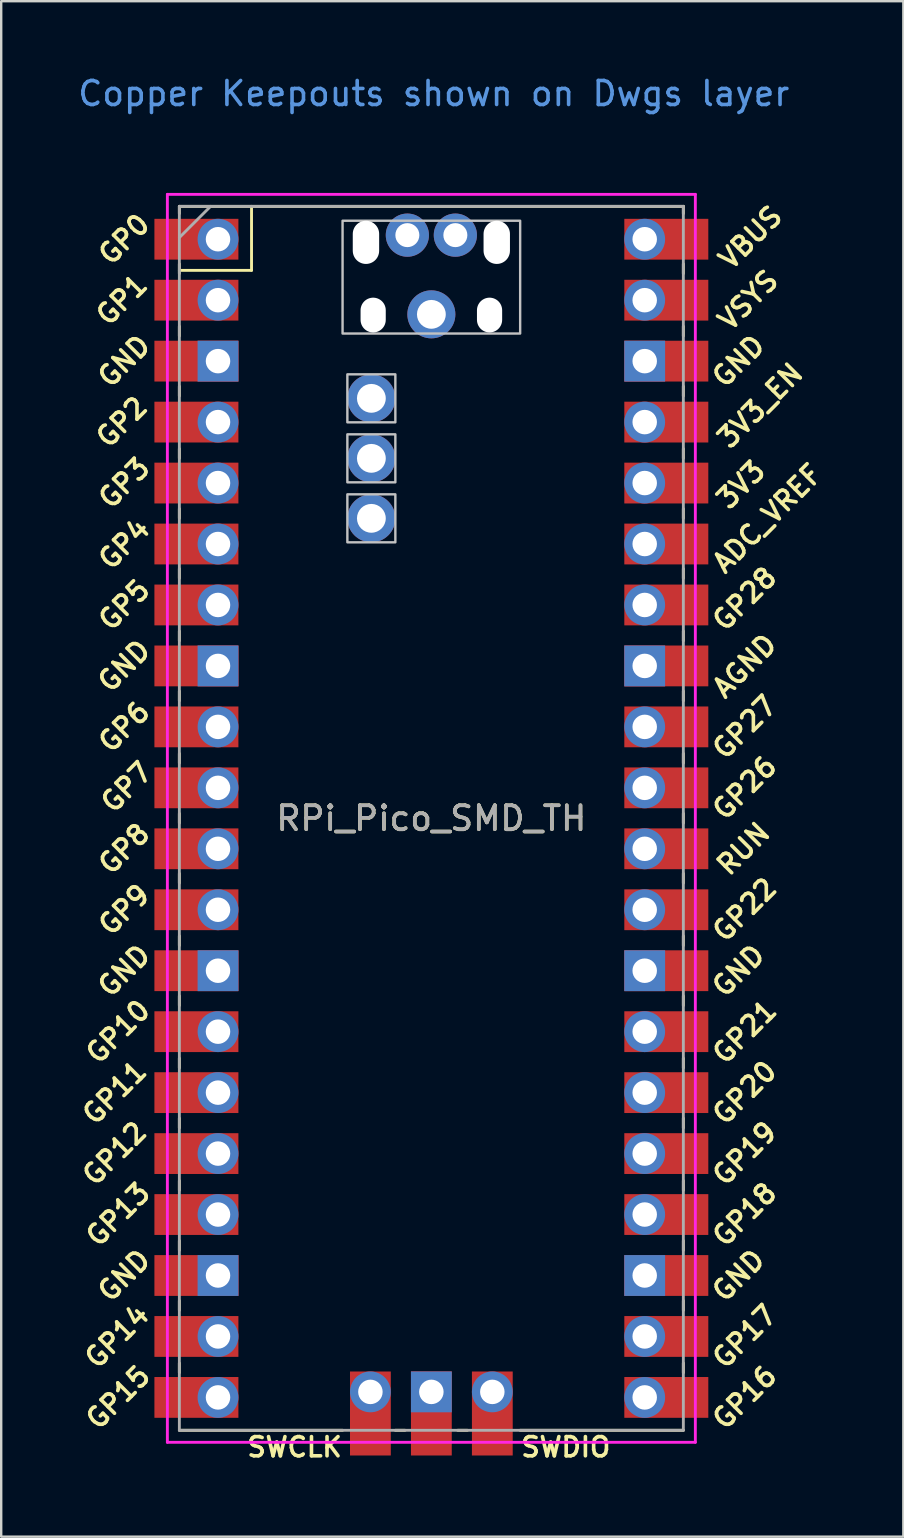
<source format=kicad_pcb>
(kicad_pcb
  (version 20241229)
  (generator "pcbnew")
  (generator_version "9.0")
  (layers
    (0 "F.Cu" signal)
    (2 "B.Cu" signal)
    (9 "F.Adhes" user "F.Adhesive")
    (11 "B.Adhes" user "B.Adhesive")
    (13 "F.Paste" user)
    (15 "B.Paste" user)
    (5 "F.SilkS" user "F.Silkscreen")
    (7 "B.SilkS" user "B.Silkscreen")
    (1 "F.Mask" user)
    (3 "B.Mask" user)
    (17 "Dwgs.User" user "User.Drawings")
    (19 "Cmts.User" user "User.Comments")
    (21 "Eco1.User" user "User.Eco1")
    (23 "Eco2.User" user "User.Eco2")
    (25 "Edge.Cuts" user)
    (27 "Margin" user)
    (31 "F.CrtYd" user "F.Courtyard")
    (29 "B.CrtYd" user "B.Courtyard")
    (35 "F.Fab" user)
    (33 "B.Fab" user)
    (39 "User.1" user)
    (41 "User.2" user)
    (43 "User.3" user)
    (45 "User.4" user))
  (footprint "RPi_Pico_SMD_TH"
    (layer "F.Cu")
    (at 14.924 31.048)
    (property "Reference" "RPi_Pico_SMD_TH" (at 0 0 0) (layer "F.SilkS") (effects (font (size 1 1) (thickness 0.15))))
    (attr through_hole)
    (fp_line (start -10.5 -25.5) (end -10.5 -25.2) (stroke (width 0.12) (type solid)) (layer "F.SilkS"))
    (fp_line (start -10.5 -25.5) (end 10.5 -25.5) (stroke (width 0.12) (type solid)) (layer "F.SilkS"))
    (fp_line (start -10.5 -23.1) (end -10.5 -22.7) (stroke (width 0.12) (type solid)) (layer "F.SilkS"))
    (fp_line (start -10.5 -22.833) (end -7.493 -22.833) (stroke (width 0.12) (type solid)) (layer "F.SilkS"))
    (fp_line (start -10.5 -20.5) (end -10.5 -20.1) (stroke (width 0.12) (type solid)) (layer "F.SilkS"))
    (fp_line (start -10.5 -18) (end -10.5 -17.6) (stroke (width 0.12) (type solid)) (layer "F.SilkS"))
    (fp_line (start -10.5 -15.4) (end -10.5 -15) (stroke (width 0.12) (type solid)) (layer "F.SilkS"))
    (fp_line (start -10.5 -12.9) (end -10.5 -12.5) (stroke (width 0.12) (type solid)) (layer "F.SilkS"))
    (fp_line (start -10.5 -10.4) (end -10.5 -10) (stroke (width 0.12) (type solid)) (layer "F.SilkS"))
    (fp_line (start -10.5 -7.8) (end -10.5 -7.4) (stroke (width 0.12) (type solid)) (layer "F.SilkS"))
    (fp_line (start -10.5 -5.3) (end -10.5 -4.9) (stroke (width 0.12) (type solid)) (layer "F.SilkS"))
    (fp_line (start -10.5 -2.7) (end -10.5 -2.3) (stroke (width 0.12) (type solid)) (layer "F.SilkS"))
    (fp_line (start -10.5 -0.2) (end -10.5 0.2) (stroke (width 0.12) (type solid)) (layer "F.SilkS"))
    (fp_line (start -10.5 2.3) (end -10.5 2.7) (stroke (width 0.12) (type solid)) (layer "F.SilkS"))
    (fp_line (start -10.5 4.9) (end -10.5 5.3) (stroke (width 0.12) (type solid)) (layer "F.SilkS"))
    (fp_line (start -10.5 7.4) (end -10.5 7.8) (stroke (width 0.12) (type solid)) (layer "F.SilkS"))
    (fp_line (start -10.5 10) (end -10.5 10.4) (stroke (width 0.12) (type solid)) (layer "F.SilkS"))
    (fp_line (start -10.5 12.5) (end -10.5 12.9) (stroke (width 0.12) (type solid)) (layer "F.SilkS"))
    (fp_line (start -10.5 15.1) (end -10.5 15.5) (stroke (width 0.12) (type solid)) (layer "F.SilkS"))
    (fp_line (start -10.5 17.6) (end -10.5 18) (stroke (width 0.12) (type solid)) (layer "F.SilkS"))
    (fp_line (start -10.5 20.1) (end -10.5 20.5) (stroke (width 0.12) (type solid)) (layer "F.SilkS"))
    (fp_line (start -10.5 22.7) (end -10.5 23.1) (stroke (width 0.12) (type solid)) (layer "F.SilkS"))
    (fp_line (start -7.493 -22.833) (end -7.493 -25.5) (stroke (width 0.12) (type solid)) (layer "F.SilkS"))
    (fp_line (start -3.7 25.5) (end -10.5 25.5) (stroke (width 0.12) (type solid)) (layer "F.SilkS"))
    (fp_line (start -1.5 25.5) (end -1.1 25.5) (stroke (width 0.12) (type solid)) (layer "F.SilkS"))
    (fp_line (start 1.1 25.5) (end 1.5 25.5) (stroke (width 0.12) (type solid)) (layer "F.SilkS"))
    (fp_line (start 10.5 -25.5) (end 10.5 -25.2) (stroke (width 0.12) (type solid)) (layer "F.SilkS"))
    (fp_line (start 10.5 -23.1) (end 10.5 -22.7) (stroke (width 0.12) (type solid)) (layer "F.SilkS"))
    (fp_line (start 10.5 -20.5) (end 10.5 -20.1) (stroke (width 0.12) (type solid)) (layer "F.SilkS"))
    (fp_line (start 10.5 -18) (end 10.5 -17.6) (stroke (width 0.12) (type solid)) (layer "F.SilkS"))
    (fp_line (start 10.5 -15.4) (end 10.5 -15) (stroke (width 0.12) (type solid)) (layer "F.SilkS"))
    (fp_line (start 10.5 -12.9) (end 10.5 -12.5) (stroke (width 0.12) (type solid)) (layer "F.SilkS"))
    (fp_line (start 10.5 -10.4) (end 10.5 -10) (stroke (width 0.12) (type solid)) (layer "F.SilkS"))
    (fp_line (start 10.5 -7.8) (end 10.5 -7.4) (stroke (width 0.12) (type solid)) (layer "F.SilkS"))
    (fp_line (start 10.5 -5.3) (end 10.5 -4.9) (stroke (width 0.12) (type solid)) (layer "F.SilkS"))
    (fp_line (start 10.5 -2.7) (end 10.5 -2.3) (stroke (width 0.12) (type solid)) (layer "F.SilkS"))
    (fp_line (start 10.5 -0.2) (end 10.5 0.2) (stroke (width 0.12) (type solid)) (layer "F.SilkS"))
    (fp_line (start 10.5 2.3) (end 10.5 2.7) (stroke (width 0.12) (type solid)) (layer "F.SilkS"))
    (fp_line (start 10.5 4.9) (end 10.5 5.3) (stroke (width 0.12) (type solid)) (layer "F.SilkS"))
    (fp_line (start 10.5 7.4) (end 10.5 7.8) (stroke (width 0.12) (type solid)) (layer "F.SilkS"))
    (fp_line (start 10.5 10) (end 10.5 10.4) (stroke (width 0.12) (type solid)) (layer "F.SilkS"))
    (fp_line (start 10.5 12.5) (end 10.5 12.9) (stroke (width 0.12) (type solid)) (layer "F.SilkS"))
    (fp_line (start 10.5 15.1) (end 10.5 15.5) (stroke (width 0.12) (type solid)) (layer "F.SilkS"))
    (fp_line (start 10.5 17.6) (end 10.5 18) (stroke (width 0.12) (type solid)) (layer "F.SilkS"))
    (fp_line (start 10.5 20.1) (end 10.5 20.5) (stroke (width 0.12) (type solid)) (layer "F.SilkS"))
    (fp_line (start 10.5 22.7) (end 10.5 23.1) (stroke (width 0.12) (type solid)) (layer "F.SilkS"))
    (fp_line (start 10.5 25.5) (end 3.7 25.5) (stroke (width 0.12) (type solid)) (layer "F.SilkS"))
    (fp_poly (pts (xy -1.5 -16.5) (xy -3.5 -16.5) (xy -3.5 -18.5) (xy -1.5 -18.5)) (stroke (width 0.1) (type solid)) (fill no) (layer "Dwgs.User"))
    (fp_poly (pts (xy -1.5 -14) (xy -3.5 -14) (xy -3.5 -16) (xy -1.5 -16)) (stroke (width 0.1) (type solid)) (fill no) (layer "Dwgs.User"))
    (fp_poly (pts (xy -1.5 -11.5) (xy -3.5 -11.5) (xy -3.5 -13.5) (xy -1.5 -13.5)) (stroke (width 0.1) (type solid)) (fill no) (layer "Dwgs.User"))
    (fp_poly (pts (xy 3.7 -20.2) (xy -3.7 -20.2) (xy -3.7 -24.9) (xy 3.7 -24.9)) (stroke (width 0.1) (type solid)) (fill no) (layer "Dwgs.User"))
    (fp_line (start -11 -26) (end 11 -26) (stroke (width 0.12) (type solid)) (layer "F.CrtYd"))
    (fp_line (start -11 26) (end -11 -26) (stroke (width 0.12) (type solid)) (layer "F.CrtYd"))
    (fp_line (start 11 -26) (end 11 26) (stroke (width 0.12) (type solid)) (layer "F.CrtYd"))
    (fp_line (start 11 26) (end -11 26) (stroke (width 0.12) (type solid)) (layer "F.CrtYd"))
    (fp_line (start -10.5 -25.5) (end 10.5 -25.5) (stroke (width 0.12) (type solid)) (layer "F.Fab"))
    (fp_line (start -10.5 -24.2) (end -9.2 -25.5) (stroke (width 0.12) (type solid)) (layer "F.Fab"))
    (fp_line (start -10.5 25.5) (end -10.5 -25.5) (stroke (width 0.12) (type solid)) (layer "F.Fab"))
    (fp_line (start 10.5 -25.5) (end 10.5 25.5) (stroke (width 0.12) (type solid)) (layer "F.Fab"))
    (fp_line (start 10.5 25.5) (end -10.5 25.5) (stroke (width 0.12) (type solid)) (layer "F.Fab"))
    (fp_text user "GP8" (at -12.8 1.27 45) (layer "F.SilkS") (effects (font (size 0.8 0.8) (thickness 0.15))))
    (fp_text user "VBUS" (at 13.3 -24.2 45) (layer "F.SilkS") (effects (font (size 0.8 0.8) (thickness 0.15))))
    (fp_text user "GP13" (at -13.054 16.51 45) (layer "F.SilkS") (effects (font (size 0.8 0.8) (thickness 0.15))))
    (fp_text user "GP0" (at -12.8 -24.13 45) (layer "F.SilkS") (effects (font (size 0.8 0.8) (thickness 0.15))))
    (fp_text user "GP7" (at -12.7 -1.3 45) (layer "F.SilkS") (effects (font (size 0.8 0.8) (thickness 0.15))))
    (fp_text user "GP19" (at 13.054 13.97 45) (layer "F.SilkS") (effects (font (size 0.8 0.8) (thickness 0.15))))
    (fp_text user "GP26" (at 13.054 -1.27 45) (layer "F.SilkS") (effects (font (size 0.8 0.8) (thickness 0.15))))
    (fp_text user "GP11" (at -13.2 11.43 45) (layer "F.SilkS") (effects (font (size 0.8 0.8) (thickness 0.15))))
    (fp_text user "GP22" (at 13.054 3.81 45) (layer "F.SilkS") (effects (font (size 0.8 0.8) (thickness 0.15))))
    (fp_text user "GND" (at -12.8 19.05 45) (layer "F.SilkS") (effects (font (size 0.8 0.8) (thickness 0.15))))
    (fp_text user "GP10" (at -13.054 8.89 45) (layer "F.SilkS") (effects (font (size 0.8 0.8) (thickness 0.15))))
    (fp_text user "GP18" (at 13.054 16.51 45) (layer "F.SilkS") (effects (font (size 0.8 0.8) (thickness 0.15))))
    (fp_text user "GND" (at 12.8 6.35 45) (layer "F.SilkS") (effects (font (size 0.8 0.8) (thickness 0.15))))
    (fp_text user "GP28" (at 13.054 -9.144 45) (layer "F.SilkS") (effects (font (size 0.8 0.8) (thickness 0.15))))
    (fp_text user "GP17" (at 13.054 21.59 45) (layer "F.SilkS") (effects (font (size 0.8 0.8) (thickness 0.15))))
    (fp_text user "GP16" (at 13.054 24.13 45) (layer "F.SilkS") (effects (font (size 0.8 0.8) (thickness 0.15))))
    (fp_text user "3V3" (at 12.9 -13.9 45) (layer "F.SilkS") (effects (font (size 0.8 0.8) (thickness 0.15))))
    (fp_text user "GP2" (at -12.9 -16.51 45) (layer "F.SilkS") (effects (font (size 0.8 0.8) (thickness 0.15))))
    (fp_text user "GP3" (at -12.8 -13.97 45) (layer "F.SilkS") (effects (font (size 0.8 0.8) (thickness 0.15))))
    (fp_text user "GP9" (at -12.8 3.81 45) (layer "F.SilkS") (effects (font (size 0.8 0.8) (thickness 0.15))))
    (fp_text user "GP27" (at 13.054 -3.8 45) (layer "F.SilkS") (effects (font (size 0.8 0.8) (thickness 0.15))))
    (fp_text user "GP6" (at -12.8 -3.81 45) (layer "F.SilkS") (effects (font (size 0.8 0.8) (thickness 0.15))))
    (fp_text user "GP21" (at 13.054 8.9 45) (layer "F.SilkS") (effects (font (size 0.8 0.8) (thickness 0.15))))
    (fp_text user "RUN" (at 13 1.27 45) (layer "F.SilkS") (effects (font (size 0.8 0.8) (thickness 0.15))))
    (fp_text user "AGND" (at 13.054 -6.35 45) (layer "F.SilkS") (effects (font (size 0.8 0.8) (thickness 0.15))))
    (fp_text user "GP1" (at -12.9 -21.6 45) (layer "F.SilkS") (effects (font (size 0.8 0.8) (thickness 0.15))))
    (fp_text user "3V3_EN" (at 13.7 -17.2 45) (layer "F.SilkS") (effects (font (size 0.8 0.8) (thickness 0.15))))
    (fp_text user "GP14" (at -13.1 21.59 45) (layer "F.SilkS") (effects (font (size 0.8 0.8) (thickness 0.15))))
    (fp_text user "SWCLK" (at -5.7 26.2 0) (layer "F.SilkS") (effects (font (size 0.8 0.8) (thickness 0.15))))
    (fp_text user "VSYS" (at 13.2 -21.59 45) (layer "F.SilkS") (effects (font (size 0.8 0.8) (thickness 0.15))))
    (fp_text user "ADC_VREF" (at 14 -12.5 45) (layer "F.SilkS") (effects (font (size 0.8 0.8) (thickness 0.15))))
    (fp_text user "GND" (at -12.8 -19.05 45) (layer "F.SilkS") (effects (font (size 0.8 0.8) (thickness 0.15))))
    (fp_text user "GP15" (at -13.054 24.13 45) (layer "F.SilkS") (effects (font (size 0.8 0.8) (thickness 0.15))))
    (fp_text user "GP4" (at -12.8 -11.43 45) (layer "F.SilkS") (effects (font (size 0.8 0.8) (thickness 0.15))))
    (fp_text user "GND" (at -12.8 6.35 45) (layer "F.SilkS") (effects (font (size 0.8 0.8) (thickness 0.15))))
    (fp_text user "GND" (at -12.8 -6.35 45) (layer "F.SilkS") (effects (font (size 0.8 0.8) (thickness 0.15))))
    (fp_text user "GND" (at 12.8 19.05 45) (layer "F.SilkS") (effects (font (size 0.8 0.8) (thickness 0.15))))
    (fp_text user "GP12" (at -13.2 13.97 45) (layer "F.SilkS") (effects (font (size 0.8 0.8) (thickness 0.15))))
    (fp_text user "SWDIO" (at 5.6 26.2 0) (layer "F.SilkS") (effects (font (size 0.8 0.8) (thickness 0.15))))
    (fp_text user "GND" (at 12.8 -19.05 45) (layer "F.SilkS") (effects (font (size 0.8 0.8) (thickness 0.15))))
    (fp_text user "GP5" (at -12.8 -8.89 45) (layer "F.SilkS") (effects (font (size 0.8 0.8) (thickness 0.15))))
    (fp_text user "GP20" (at 13.054 11.43 45) (layer "F.SilkS") (effects (font (size 0.8 0.8) (thickness 0.15))))
    (fp_text user "Copper Keepouts shown on Dwgs layer" (at 0.1 -30.2 0) (layer "Cmts.User") (effects (font (size 1 1) (thickness 0.15))))
    (fp_text user "${REFERENCE}" (at 0 0 180) (layer "F.Fab") (effects (font (size 1 1) (thickness 0.15))))
    (pad "" np_thru_hole oval (at -2.725 -24) (size 1.1 1.8) (drill oval 1.1 1.8) (layers "*.Cu" "*.Mask"))
    (pad "" np_thru_hole oval (at -2.425 -20.97) (size 1.05 1.45) (drill oval 1.05 1.45) (layers "*.Cu" "*.Mask"))
    (pad "" np_thru_hole oval (at 2.425 -20.97) (size 1.05 1.45) (drill oval 1.05 1.45) (layers "*.Cu" "*.Mask"))
    (pad "" np_thru_hole oval (at 2.725 -24) (size 1.1 1.8) (drill oval 1.1 1.8) (layers "*.Cu" "*.Mask"))
    (pad "1" thru_hole oval (at -8.89 -24.13) (size 1.7 1.7) (drill 1.02) (layers "*.Cu" "*.Mask"))
    (pad "1" smd rect (at -8.89 -24.13) (size 3.5 1.7) (drill (offset -0.9 0)) (layers "F.Cu" "F.Mask"))
    (pad "2" thru_hole oval (at -8.89 -21.59) (size 1.7 1.7) (drill 1.02) (layers "*.Cu" "*.Mask"))
    (pad "2" smd rect (at -8.89 -21.59) (size 3.5 1.7) (drill (offset -0.9 0)) (layers "F.Cu" "F.Mask"))
    (pad "3" thru_hole rect (at -8.89 -19.05) (size 1.7 1.7) (drill 1.02) (layers "*.Cu" "*.Mask"))
    (pad "3" smd rect (at -8.89 -19.05) (size 3.5 1.7) (drill (offset -0.9 0)) (layers "F.Cu" "F.Mask"))
    (pad "4" thru_hole oval (at -8.89 -16.51) (size 1.7 1.7) (drill 1.02) (layers "*.Cu" "*.Mask"))
    (pad "4" smd rect (at -8.89 -16.51) (size 3.5 1.7) (drill (offset -0.9 0)) (layers "F.Cu" "F.Mask"))
    (pad "5" thru_hole oval (at -8.89 -13.97) (size 1.7 1.7) (drill 1.02) (layers "*.Cu" "*.Mask"))
    (pad "5" smd rect (at -8.89 -13.97) (size 3.5 1.7) (drill (offset -0.9 0)) (layers "F.Cu" "F.Mask"))
    (pad "6" thru_hole oval (at -8.89 -11.43) (size 1.7 1.7) (drill 1.02) (layers "*.Cu" "*.Mask"))
    (pad "6" smd rect (at -8.89 -11.43) (size 3.5 1.7) (drill (offset -0.9 0)) (layers "F.Cu" "F.Mask"))
    (pad "7" thru_hole oval (at -8.89 -8.89) (size 1.7 1.7) (drill 1.02) (layers "*.Cu" "*.Mask"))
    (pad "7" smd rect (at -8.89 -8.89) (size 3.5 1.7) (drill (offset -0.9 0)) (layers "F.Cu" "F.Mask"))
    (pad "8" thru_hole rect (at -8.89 -6.35) (size 1.7 1.7) (drill 1.02) (layers "*.Cu" "*.Mask"))
    (pad "8" smd rect (at -8.89 -6.35) (size 3.5 1.7) (drill (offset -0.9 0)) (layers "F.Cu" "F.Mask"))
    (pad "9" thru_hole oval (at -8.89 -3.81) (size 1.7 1.7) (drill 1.02) (layers "*.Cu" "*.Mask"))
    (pad "9" smd rect (at -8.89 -3.81) (size 3.5 1.7) (drill (offset -0.9 0)) (layers "F.Cu" "F.Mask"))
    (pad "10" thru_hole oval (at -8.89 -1.27) (size 1.7 1.7) (drill 1.02) (layers "*.Cu" "*.Mask"))
    (pad "10" smd rect (at -8.89 -1.27) (size 3.5 1.7) (drill (offset -0.9 0)) (layers "F.Cu" "F.Mask"))
    (pad "11" thru_hole oval (at -8.89 1.27) (size 1.7 1.7) (drill 1.02) (layers "*.Cu" "*.Mask"))
    (pad "11" smd rect (at -8.89 1.27) (size 3.5 1.7) (drill (offset -0.9 0)) (layers "F.Cu" "F.Mask"))
    (pad "12" thru_hole oval (at -8.89 3.81) (size 1.7 1.7) (drill 1.02) (layers "*.Cu" "*.Mask"))
    (pad "12" smd rect (at -8.89 3.81) (size 3.5 1.7) (drill (offset -0.9 0)) (layers "F.Cu" "F.Mask"))
    (pad "13" thru_hole rect (at -8.89 6.35) (size 1.7 1.7) (drill 1.02) (layers "*.Cu" "*.Mask"))
    (pad "13" smd rect (at -8.89 6.35) (size 3.5 1.7) (drill (offset -0.9 0)) (layers "F.Cu" "F.Mask"))
    (pad "14" thru_hole oval (at -8.89 8.89) (size 1.7 1.7) (drill 1.02) (layers "*.Cu" "*.Mask"))
    (pad "14" smd rect (at -8.89 8.89) (size 3.5 1.7) (drill (offset -0.9 0)) (layers "F.Cu" "F.Mask"))
    (pad "15" thru_hole oval (at -8.89 11.43) (size 1.7 1.7) (drill 1.02) (layers "*.Cu" "*.Mask"))
    (pad "15" smd rect (at -8.89 11.43) (size 3.5 1.7) (drill (offset -0.9 0)) (layers "F.Cu" "F.Mask"))
    (pad "16" thru_hole oval (at -8.89 13.97) (size 1.7 1.7) (drill 1.02) (layers "*.Cu" "*.Mask"))
    (pad "16" smd rect (at -8.89 13.97) (size 3.5 1.7) (drill (offset -0.9 0)) (layers "F.Cu" "F.Mask"))
    (pad "17" thru_hole oval (at -8.89 16.51) (size 1.7 1.7) (drill 1.02) (layers "*.Cu" "*.Mask"))
    (pad "17" smd rect (at -8.89 16.51) (size 3.5 1.7) (drill (offset -0.9 0)) (layers "F.Cu" "F.Mask"))
    (pad "18" thru_hole rect (at -8.89 19.05) (size 1.7 1.7) (drill 1.02) (layers "*.Cu" "*.Mask"))
    (pad "18" smd rect (at -8.89 19.05) (size 3.5 1.7) (drill (offset -0.9 0)) (layers "F.Cu" "F.Mask"))
    (pad "19" thru_hole oval (at -8.89 21.59) (size 1.7 1.7) (drill 1.02) (layers "*.Cu" "*.Mask"))
    (pad "19" smd rect (at -8.89 21.59) (size 3.5 1.7) (drill (offset -0.9 0)) (layers "F.Cu" "F.Mask"))
    (pad "20" thru_hole oval (at -8.89 24.13) (size 1.7 1.7) (drill 1.02) (layers "*.Cu" "*.Mask"))
    (pad "20" smd rect (at -8.89 24.13) (size 3.5 1.7) (drill (offset -0.9 0)) (layers "F.Cu" "F.Mask"))
    (pad "21" thru_hole oval (at 8.89 24.13) (size 1.7 1.7) (drill 1.02) (layers "*.Cu" "*.Mask"))
    (pad "21" smd rect (at 8.89 24.13) (size 3.5 1.7) (drill (offset 0.9 0)) (layers "F.Cu" "F.Mask"))
    (pad "22" thru_hole oval (at 8.89 21.59) (size 1.7 1.7) (drill 1.02) (layers "*.Cu" "*.Mask"))
    (pad "22" smd rect (at 8.89 21.59) (size 3.5 1.7) (drill (offset 0.9 0)) (layers "F.Cu" "F.Mask"))
    (pad "23" thru_hole rect (at 8.89 19.05) (size 1.7 1.7) (drill 1.02) (layers "*.Cu" "*.Mask"))
    (pad "23" smd rect (at 8.89 19.05) (size 3.5 1.7) (drill (offset 0.9 0)) (layers "F.Cu" "F.Mask"))
    (pad "24" thru_hole oval (at 8.89 16.51) (size 1.7 1.7) (drill 1.02) (layers "*.Cu" "*.Mask"))
    (pad "24" smd rect (at 8.89 16.51) (size 3.5 1.7) (drill (offset 0.9 0)) (layers "F.Cu" "F.Mask"))
    (pad "25" thru_hole oval (at 8.89 13.97) (size 1.7 1.7) (drill 1.02) (layers "*.Cu" "*.Mask"))
    (pad "25" smd rect (at 8.89 13.97) (size 3.5 1.7) (drill (offset 0.9 0)) (layers "F.Cu" "F.Mask"))
    (pad "26" thru_hole oval (at 8.89 11.43) (size 1.7 1.7) (drill 1.02) (layers "*.Cu" "*.Mask"))
    (pad "26" smd rect (at 8.89 11.43) (size 3.5 1.7) (drill (offset 0.9 0)) (layers "F.Cu" "F.Mask"))
    (pad "27" thru_hole oval (at 8.89 8.89) (size 1.7 1.7) (drill 1.02) (layers "*.Cu" "*.Mask"))
    (pad "27" smd rect (at 8.89 8.89) (size 3.5 1.7) (drill (offset 0.9 0)) (layers "F.Cu" "F.Mask"))
    (pad "28" thru_hole rect (at 8.89 6.35) (size 1.7 1.7) (drill 1.02) (layers "*.Cu" "*.Mask"))
    (pad "28" smd rect (at 8.89 6.35) (size 3.5 1.7) (drill (offset 0.9 0)) (layers "F.Cu" "F.Mask"))
    (pad "29" thru_hole oval (at 8.89 3.81) (size 1.7 1.7) (drill 1.02) (layers "*.Cu" "*.Mask"))
    (pad "29" smd rect (at 8.89 3.81) (size 3.5 1.7) (drill (offset 0.9 0)) (layers "F.Cu" "F.Mask"))
    (pad "30" thru_hole oval (at 8.89 1.27) (size 1.7 1.7) (drill 1.02) (layers "*.Cu" "*.Mask"))
    (pad "30" smd rect (at 8.89 1.27) (size 3.5 1.7) (drill (offset 0.9 0)) (layers "F.Cu" "F.Mask"))
    (pad "31" thru_hole oval (at 8.89 -1.27) (size 1.7 1.7) (drill 1.02) (layers "*.Cu" "*.Mask"))
    (pad "31" smd rect (at 8.89 -1.27) (size 3.5 1.7) (drill (offset 0.9 0)) (layers "F.Cu" "F.Mask"))
    (pad "32" thru_hole oval (at 8.89 -3.81) (size 1.7 1.7) (drill 1.02) (layers "*.Cu" "*.Mask"))
    (pad "32" smd rect (at 8.89 -3.81) (size 3.5 1.7) (drill (offset 0.9 0)) (layers "F.Cu" "F.Mask"))
    (pad "33" thru_hole rect (at 8.89 -6.35) (size 1.7 1.7) (drill 1.02) (layers "*.Cu" "*.Mask"))
    (pad "33" smd rect (at 8.89 -6.35) (size 3.5 1.7) (drill (offset 0.9 0)) (layers "F.Cu" "F.Mask"))
    (pad "34" thru_hole oval (at 8.89 -8.89) (size 1.7 1.7) (drill 1.02) (layers "*.Cu" "*.Mask"))
    (pad "34" smd rect (at 8.89 -8.89) (size 3.5 1.7) (drill (offset 0.9 0)) (layers "F.Cu" "F.Mask"))
    (pad "35" thru_hole oval (at 8.89 -11.43) (size 1.7 1.7) (drill 1.02) (layers "*.Cu" "*.Mask"))
    (pad "35" smd rect (at 8.89 -11.43) (size 3.5 1.7) (drill (offset 0.9 0)) (layers "F.Cu" "F.Mask"))
    (pad "36" thru_hole oval (at 8.89 -13.97) (size 1.7 1.7) (drill 1.02) (layers "*.Cu" "*.Mask"))
    (pad "36" smd rect (at 8.89 -13.97) (size 3.5 1.7) (drill (offset 0.9 0)) (layers "F.Cu" "F.Mask"))
    (pad "37" thru_hole oval (at 8.89 -16.51) (size 1.7 1.7) (drill 1.02) (layers "*.Cu" "*.Mask"))
    (pad "37" smd rect (at 8.89 -16.51) (size 3.5 1.7) (drill (offset 0.9 0)) (layers "F.Cu" "F.Mask"))
    (pad "38" thru_hole rect (at 8.89 -19.05) (size 1.7 1.7) (drill 1.02) (layers "*.Cu" "*.Mask"))
    (pad "38" smd rect (at 8.89 -19.05) (size 3.5 1.7) (drill (offset 0.9 0)) (layers "F.Cu" "F.Mask"))
    (pad "39" thru_hole oval (at 8.89 -21.59) (size 1.7 1.7) (drill 1.02) (layers "*.Cu" "*.Mask"))
    (pad "39" smd rect (at 8.89 -21.59) (size 3.5 1.7) (drill (offset 0.9 0)) (layers "F.Cu" "F.Mask"))
    (pad "40" thru_hole oval (at 8.89 -24.13) (size 1.7 1.7) (drill 1.02) (layers "*.Cu" "*.Mask"))
    (pad "40" smd rect (at 8.89 -24.13) (size 3.5 1.7) (drill (offset 0.9 0)) (layers "F.Cu" "F.Mask"))
    (pad "41" thru_hole oval (at -2.54 23.9) (size 1.7 1.7) (drill 1.02) (layers "*.Cu" "*.Mask"))
    (pad "41" smd rect (at -2.54 23.9 90) (size 3.5 1.7) (drill (offset -0.9 0)) (layers "F.Cu" "F.Mask"))
    (pad "42" thru_hole rect (at 0 23.9) (size 1.7 1.7) (drill 1.02) (layers "*.Cu" "*.Mask"))
    (pad "42" smd rect (at 0 23.9 90) (size 3.5 1.7) (drill (offset -0.9 0)) (layers "F.Cu" "F.Mask"))
    (pad "43" thru_hole oval (at 2.54 23.9) (size 1.7 1.7) (drill 1.02) (layers "*.Cu" "*.Mask"))
    (pad "43" smd rect (at 2.54 23.9 90) (size 3.5 1.7) (drill (offset -0.9 0)) (layers "F.Cu" "F.Mask"))
    (pad "44" thru_hole circle (at 0 -21) (size 2 2) (drill 1.2) (layers "*.Cu" "*.Mask"))
    (pad "45" thru_hole circle (at 1 -24.3) (size 1.8 1.8) (drill 1) (layers "*.Cu" "*.Mask"))
    (pad "46" thru_hole circle (at -1 -24.3) (size 1.8 1.8) (drill 1) (layers "*.Cu" "*.Mask"))
    (pad "47" thru_hole circle (at -2.5 -17.5) (size 2 2) (drill 1.2) (layers "*.Cu" "*.Mask"))
    (pad "48" thru_hole circle (at -2.5 -15) (size 2 2) (drill 1.2) (layers "*.Cu" "*.Mask"))
    (pad "49" thru_hole circle (at -2.5 -12.5) (size 2 2) (drill 1.2) (layers "*.Cu" "*.Mask")))
  (gr_rect
    (start -3 -3)
    (end 34.591 60.98)
    (stroke (width 0.1) (type default))
    (fill no)
    (layer "Edge.Cuts")))
</source>
